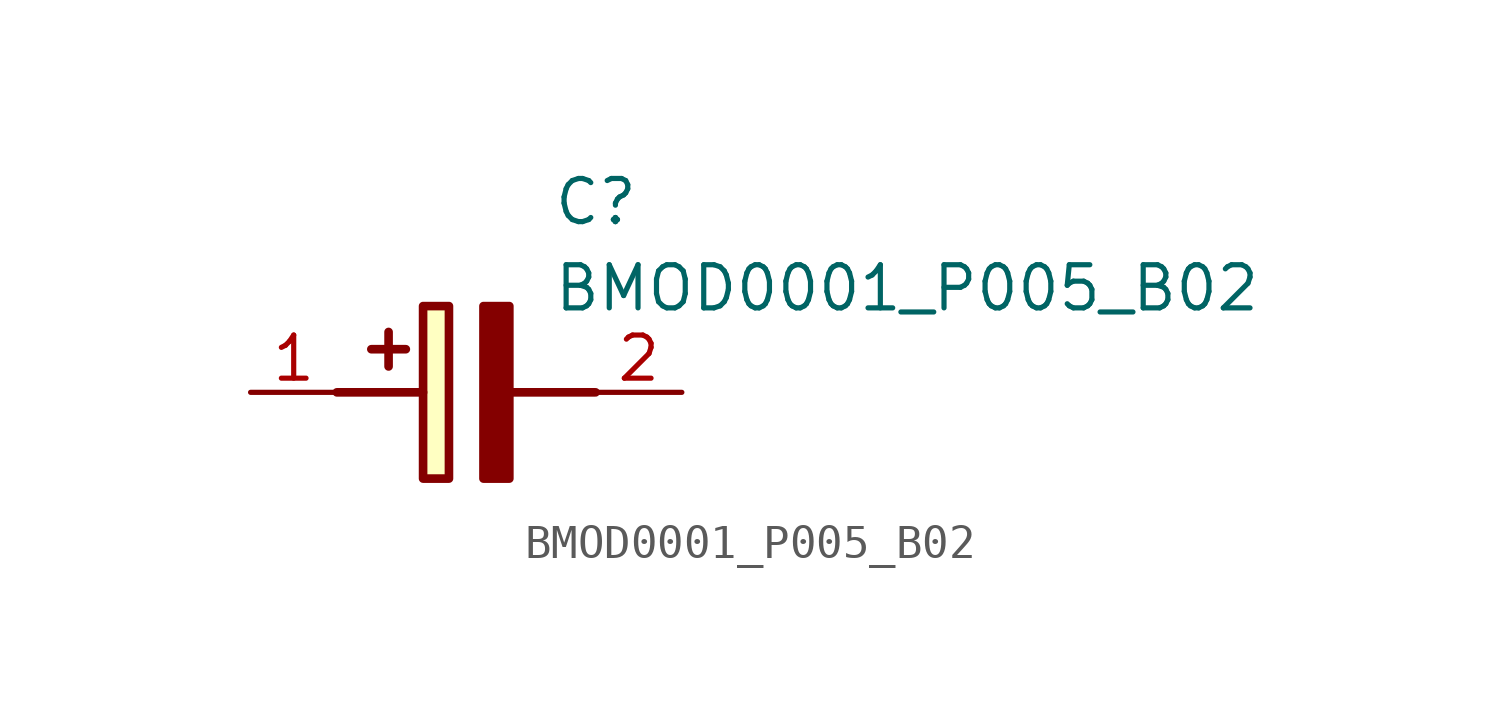
<source format=kicad_sym>
(kicad_symbol_lib
  (version 20211014)
  (generator SamacSys_ECAD_Model)
  (symbol "BMOD0001_P005_B02"
    (pin_names hide)
    (property "Reference" "C"
      (at 8.89 6.35 0)
      (effects (font (size 1.27 1.27)) (justify left top)))
    (property "Value" "BMOD0001_P005_B02"
      (at 8.89 3.81 0)
      (effects (font (size 1.27 1.27)) (justify left top)))
    (rectangle
      (start 5.08 2.54)
      (end 5.842 -2.54)
      (stroke (width 0.254) (type default))
      (fill (type background)))
    (polyline
      (pts (xy 4.572 1.27) (xy 3.556 1.27))
      (stroke (width 0.254) (type default))
      (fill (type none)))
    (polyline
      (pts (xy 4.064 1.778) (xy 4.064 0.762))
      (stroke (width 0.254) (type default))
      (fill (type none)))
    (polyline
      (pts (xy 2.54 0) (xy 5.08 0))
      (stroke (width 0.254) (type default))
      (fill (type none)))
    (polyline
      (pts (xy 7.62 0) (xy 10.16 0))
      (stroke (width 0.254) (type default))
      (fill (type none)))
    (polyline
      (pts (xy 7.62 2.54) (xy 7.62 -2.54) (xy 6.858 -2.54) (xy 6.858 2.54) (xy 7.62 2.54))
      (stroke (width 0.254) (type default))
      (fill (type outline)))
    (pin passive line
      (at 0 0 0)
      (length 2.54)
      (name "+" (effects (font (size 1.27 1.27))))
      (number "1" (effects (font (size 1.27 1.27)))))
    (pin passive line
      (at 12.7 0 180)
      (length 2.54)
      (name "-" (effects (font (size 1.27 1.27))))
      (number "2" (effects (font (size 1.27 1.27)))))))
</source>
